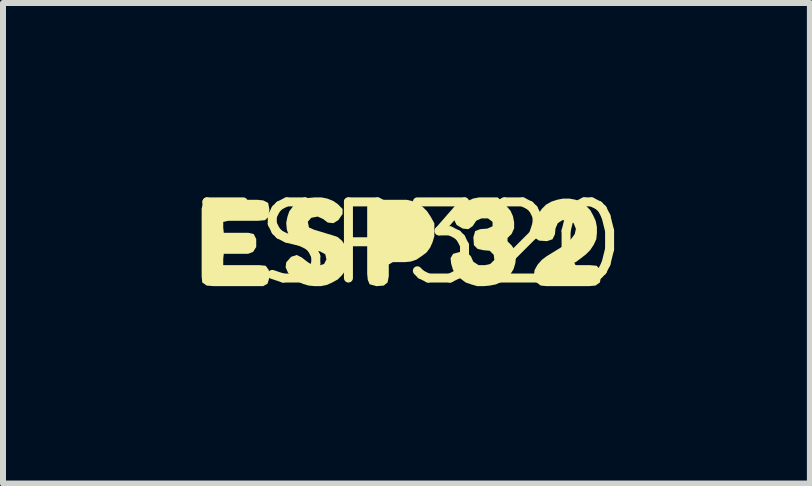
<source format=kicad_pcb>
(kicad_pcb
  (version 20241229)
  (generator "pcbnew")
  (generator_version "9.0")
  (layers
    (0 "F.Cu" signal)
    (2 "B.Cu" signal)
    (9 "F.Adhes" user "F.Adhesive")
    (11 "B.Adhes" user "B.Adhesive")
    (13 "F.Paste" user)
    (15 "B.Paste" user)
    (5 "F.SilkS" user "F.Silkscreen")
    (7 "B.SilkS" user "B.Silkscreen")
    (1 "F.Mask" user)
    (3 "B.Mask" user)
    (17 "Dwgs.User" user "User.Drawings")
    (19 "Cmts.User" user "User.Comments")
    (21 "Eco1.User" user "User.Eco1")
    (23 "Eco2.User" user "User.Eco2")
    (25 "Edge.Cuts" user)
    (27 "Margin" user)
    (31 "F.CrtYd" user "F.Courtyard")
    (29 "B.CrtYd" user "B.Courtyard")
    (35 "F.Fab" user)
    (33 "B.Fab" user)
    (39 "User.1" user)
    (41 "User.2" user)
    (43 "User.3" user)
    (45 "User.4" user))
  (footprint "ESP320"
    (layer "F.Cu")
    (at 3.727 1.006)
    (property "Reference" "ESP320" (at 0 0 0) (layer "F.SilkS") (effects (font (size 1.27 1.27) (thickness 0.15))))
    (fp_poly (pts (xy 0.092 -0.705) (xy 0.182 -0.664) (xy 0.273 -0.604) (xy 0.344 -0.533) (xy 0.404 -0.443) (xy 0.454 -0.352) (xy 0.465 -0.331) (xy 0.465 -0.119) (xy 0.435 -0.018) (xy 0.394 0.073) (xy 0.334 0.154) (xy 0.253 0.214) (xy 0.167 0.272) (xy 0.167 0.273) (xy 0.162 0.275) (xy 0.158 0.277) (xy 0.157 0.276) (xy 0.071 0.305) (xy -0.03 0.315) (xy -0.229 0.315) (xy -0.295 0.353) (xy -0.295 0.55) (xy -0.315 0.653) (xy -0.378 0.705) (xy -0.5 0.715) (xy -0.614 0.684) (xy -0.645 0.611) (xy -0.655 0.51) (xy -0.655 -0.611) (xy -0.614 -0.694) (xy -0.521 -0.725) (xy 0.001 -0.725)) (stroke (width 0) (type solid)) (fill yes) (layer "F.SilkS"))
    (fp_poly (pts (xy -2.389 -0.715) (xy -2.306 -0.673) (xy -2.285 -0.56) (xy -2.305 -0.438) (xy -2.358 -0.385) (xy -2.47 -0.375) (xy -2.969 -0.375) (xy -3.055 -0.356) (xy -3.055 -0.26) (xy -3.046 -0.175) (xy -2.639 -0.175) (xy -2.547 -0.154) (xy -2.505 -0.071) (xy -2.505 0.061) (xy -2.557 0.144) (xy -2.639 0.175) (xy -3.046 0.175) (xy -3.055 0.26) (xy -3.055 0.365) (xy -2.45 0.365) (xy -2.347 0.375) (xy -2.295 0.448) (xy -2.285 0.571) (xy -2.316 0.673) (xy -2.389 0.715) (xy -3.21 0.715) (xy -3.332 0.705) (xy -3.405 0.653) (xy -3.415 0.55) (xy -3.415 -0.581) (xy -3.384 -0.673) (xy -3.312 -0.715) (xy -3.2 -0.725) (xy -2.49 -0.725)) (stroke (width 0) (type solid)) (fill yes) (layer "F.SilkS"))
    (fp_poly (pts (xy 2.822 -0.725) (xy 2.913 -0.684) (xy 2.993 -0.624) (xy 3.064 -0.553) (xy 3.114 -0.462) (xy 3.155 -0.372) (xy 3.175 -0.27) (xy 3.175 -0.17) (xy 3.165 -0.069) (xy 3.124 0.022) (xy 3.064 0.113) (xy 2.993 0.184) (xy 2.903 0.254) (xy 2.822 0.314) (xy 2.748 0.342) (xy 2.763 0.365) (xy 3.06 0.365) (xy 3.172 0.375) (xy 3.235 0.448) (xy 3.245 0.55) (xy 3.225 0.653) (xy 3.152 0.705) (xy 3.04 0.715) (xy 2.34 0.715) (xy 2.238 0.705) (xy 2.156 0.643) (xy 2.125 0.54) (xy 2.135 0.448) (xy 2.186 0.357) (xy 2.257 0.276) (xy 2.337 0.216) (xy 2.597 0.056) (xy 2.677 -0.004) (xy 2.746 -0.073) (xy 2.805 -0.152) (xy 2.825 -0.24) (xy 2.786 -0.337) (xy 2.709 -0.385) (xy 2.601 -0.385) (xy 2.524 -0.337) (xy 2.485 -0.249) (xy 2.475 -0.149) (xy 2.434 -0.066) (xy 2.341 -0.035) (xy 2.208 -0.045) (xy 2.135 -0.097) (xy 2.125 -0.19) (xy 2.135 -0.301) (xy 2.155 -0.392) (xy 2.196 -0.482) (xy 2.256 -0.573) (xy 2.327 -0.644) (xy 2.418 -0.695) (xy 2.509 -0.725) (xy 2.61 -0.745) (xy 2.72 -0.745)) (stroke (width 0) (type solid)) (fill yes) (layer "F.SilkS"))
    (fp_poly (pts (xy -1.319 -0.745) (xy -1.218 -0.704) (xy -1.147 -0.654) (xy -1.065 -0.572) (xy -1.065 -0.488) (xy -1.136 -0.386) (xy -1.219 -0.335) (xy -1.312 -0.345) (xy -1.393 -0.406) (xy -1.481 -0.445) (xy -1.587 -0.425) (xy -1.645 -0.359) (xy -1.626 -0.264) (xy -1.538 -0.225) (xy -1.339 -0.165) (xy -1.238 -0.135) (xy -1.147 -0.104) (xy -1.076 -0.043) (xy -1.015 0.048) (xy -0.985 0.139) (xy -0.975 0.25) (xy -0.985 0.351) (xy -1.015 0.452) (xy -1.076 0.533) (xy -1.147 0.604) (xy -1.238 0.654) (xy -1.328 0.695) (xy -1.43 0.715) (xy -1.53 0.715) (xy -1.631 0.705) (xy -1.732 0.675) (xy -1.823 0.624) (xy -1.913 0.554) (xy -1.974 0.493) (xy -2.015 0.401) (xy -2.005 0.318) (xy -1.923 0.226) (xy -1.83 0.195) (xy -1.747 0.236) (xy -1.657 0.306) (xy -1.568 0.365) (xy -1.47 0.375) (xy -1.374 0.346) (xy -1.335 0.269) (xy -1.354 0.183) (xy -1.442 0.135) (xy -1.541 0.125) (xy -1.642 0.095) (xy -1.732 0.055) (xy -1.823 0.014) (xy -1.904 -0.047) (xy -1.965 -0.138) (xy -1.995 -0.229) (xy -2.005 -0.34) (xy -1.985 -0.441) (xy -1.954 -0.532) (xy -1.894 -0.613) (xy -1.823 -0.684) (xy -1.732 -0.725) (xy -1.641 -0.755) (xy -1.53 -0.765) (xy -1.42 -0.765)) (stroke (width 0) (type solid)) (fill yes) (layer "F.SilkS"))
    (fp_poly (pts (xy 1.664 -0.623) (xy 1.734 -0.543) (xy 1.775 -0.452) (xy 1.795 -0.35) (xy 1.795 -0.249) (xy 1.754 -0.157) (xy 1.685 -0.088) (xy 1.685 -0.032) (xy 1.754 0.037) (xy 1.815 0.128) (xy 1.825 0.23) (xy 1.815 0.331) (xy 1.785 0.432) (xy 1.734 0.513) (xy 1.663 0.584) (xy 1.583 0.644) (xy 1.492 0.685) (xy 1.391 0.705) (xy 1.29 0.715) (xy 1.179 0.715) (xy 1.078 0.685) (xy 0.988 0.654) (xy 0.907 0.594) (xy 0.836 0.533) (xy 0.775 0.442) (xy 0.745 0.341) (xy 0.735 0.249) (xy 0.777 0.176) (xy 0.89 0.145) (xy 1.012 0.155) (xy 1.074 0.217) (xy 1.114 0.307) (xy 1.202 0.365) (xy 1.309 0.365) (xy 1.397 0.345) (xy 1.465 0.278) (xy 1.455 0.192) (xy 1.388 0.125) (xy 1.279 0.115) (xy 1.187 0.095) (xy 1.125 0.032) (xy 1.115 -0.101) (xy 1.146 -0.204) (xy 1.229 -0.235) (xy 1.349 -0.245) (xy 1.435 -0.283) (xy 1.435 -0.357) (xy 1.358 -0.415) (xy 1.251 -0.415) (xy 1.163 -0.376) (xy 1.104 -0.286) (xy 1.031 -0.235) (xy 0.938 -0.245) (xy 0.836 -0.306) (xy 0.795 -0.389) (xy 0.805 -0.471) (xy 0.856 -0.573) (xy 0.937 -0.654) (xy 1.018 -0.704) (xy 1.108 -0.745) (xy 1.21 -0.765) (xy 1.522 -0.765)) (stroke (width 0) (type solid)) (fill yes) (layer "F.SilkS")))
  (gr_rect
    (start -3 -3)
    (end 10.453 5.012)
    (stroke (width 0.1) (type default))
    (fill no)
    (layer "Edge.Cuts")))
</source>
